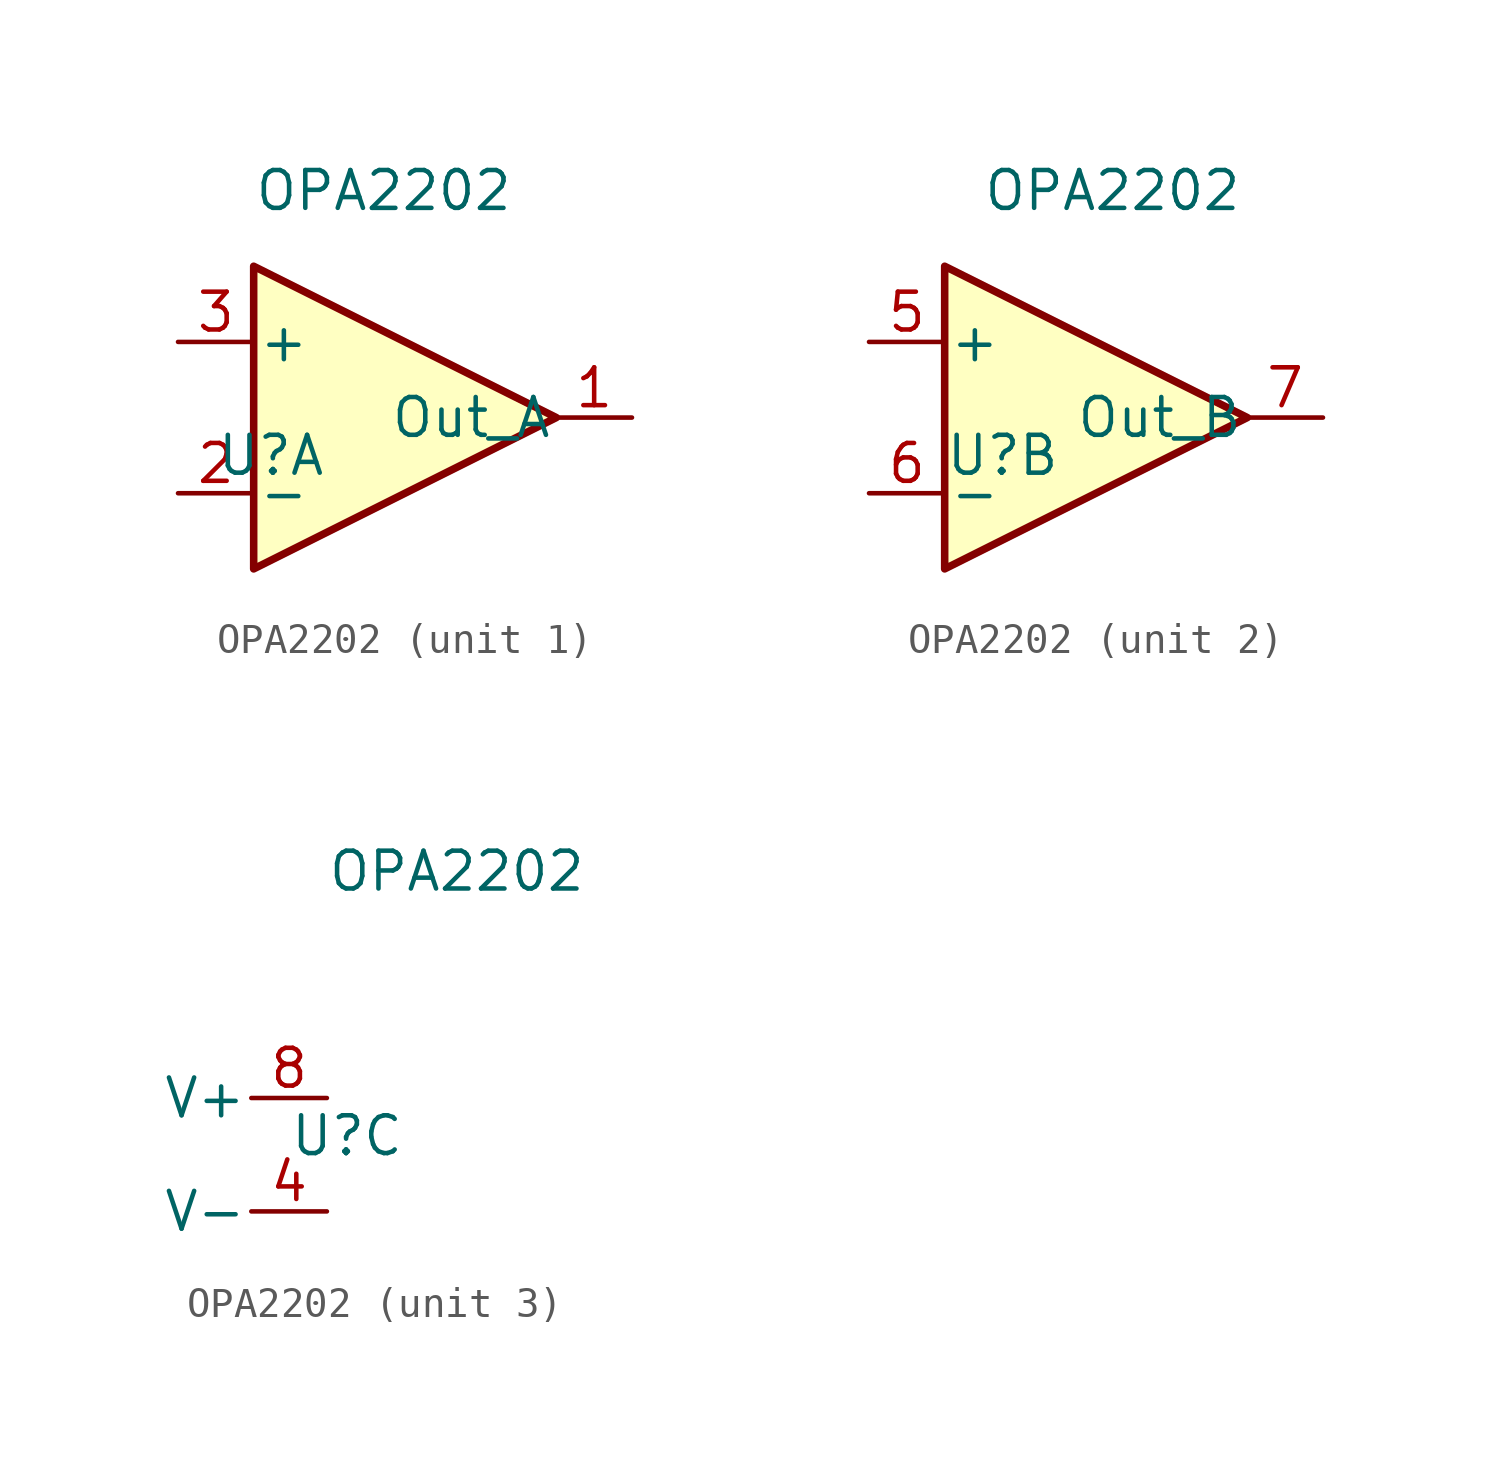
<source format=kicad_sym>
(kicad_symbol_lib
  (version 20220914)
  (generator kicad_symbol_editor)
  (symbol "OPA2202"
    (pin_names
      (offset 0.127))
    (property "Reference" "U"
      (at -1.27 -1.27 0)
      (effects (font (size 1.27 1.27)) (justify left)))
    (property "Value" "OPA2202"
      (at 0 7.62 0)
      (effects (font (size 1.27 1.27)) (justify left)))
    (property "ki_locked" ""
      (at 0 0 0)
      (effects (font (size 1.27 1.27))))
    (symbol "OPA2202_1_1"
      (polyline (pts (xy 0 5.08) (xy 10.16 0) (xy 0 -5.08) (xy 0 5.08) (xy 0 5.08)) (stroke (width 0.254) (type default)) (fill (type background)))
      (pin output line (at 12.7 0 180) (length 2.54) (name "Out_A" (effects (font (size 1.27 1.27)))) (number "1" (effects (font (size 1.27 1.27)))))
      (pin input line (at -2.54 -2.54 0) (length 2.54) (name "-" (effects (font (size 1.27 1.27)))) (number "2" (effects (font (size 1.27 1.27)))))
      (pin input line (at -2.54 2.54 0) (length 2.54) (name "+" (effects (font (size 1.27 1.27)))) (number "3" (effects (font (size 1.27 1.27))))))
    (symbol "OPA2202_2_1"
      (polyline (pts (xy -1.27 5.08) (xy 8.89 0) (xy -1.27 -5.08) (xy -1.27 5.08) (xy -1.27 5.08)) (stroke (width 0.254) (type default)) (fill (type background)))
      (pin input line (at -3.81 2.54 0) (length 2.54) (name "+" (effects (font (size 1.27 1.27)))) (number "5" (effects (font (size 1.27 1.27)))))
      (pin input line (at -3.81 -2.54 0) (length 2.54) (name "-" (effects (font (size 1.27 1.27)))) (number "6" (effects (font (size 1.27 1.27)))))
      (pin output line (at 11.43 0 180) (length 2.54) (name "Out_B" (effects (font (size 1.27 1.27)))) (number "7" (effects (font (size 1.27 1.27))))))
    (symbol "OPA2202_3_0"
      (pin power_in line (at 0 -3.81 180) (length 2.54) (name "V-" (effects (font (size 1.27 1.27)))) (number "4" (effects (font (size 1.27 1.27)))))
      (pin power_in line (at 0 0 180) (length 2.54) (name "V+" (effects (font (size 1.27 1.27)))) (number "8" (effects (font (size 1.27 1.27))))))))
</source>
